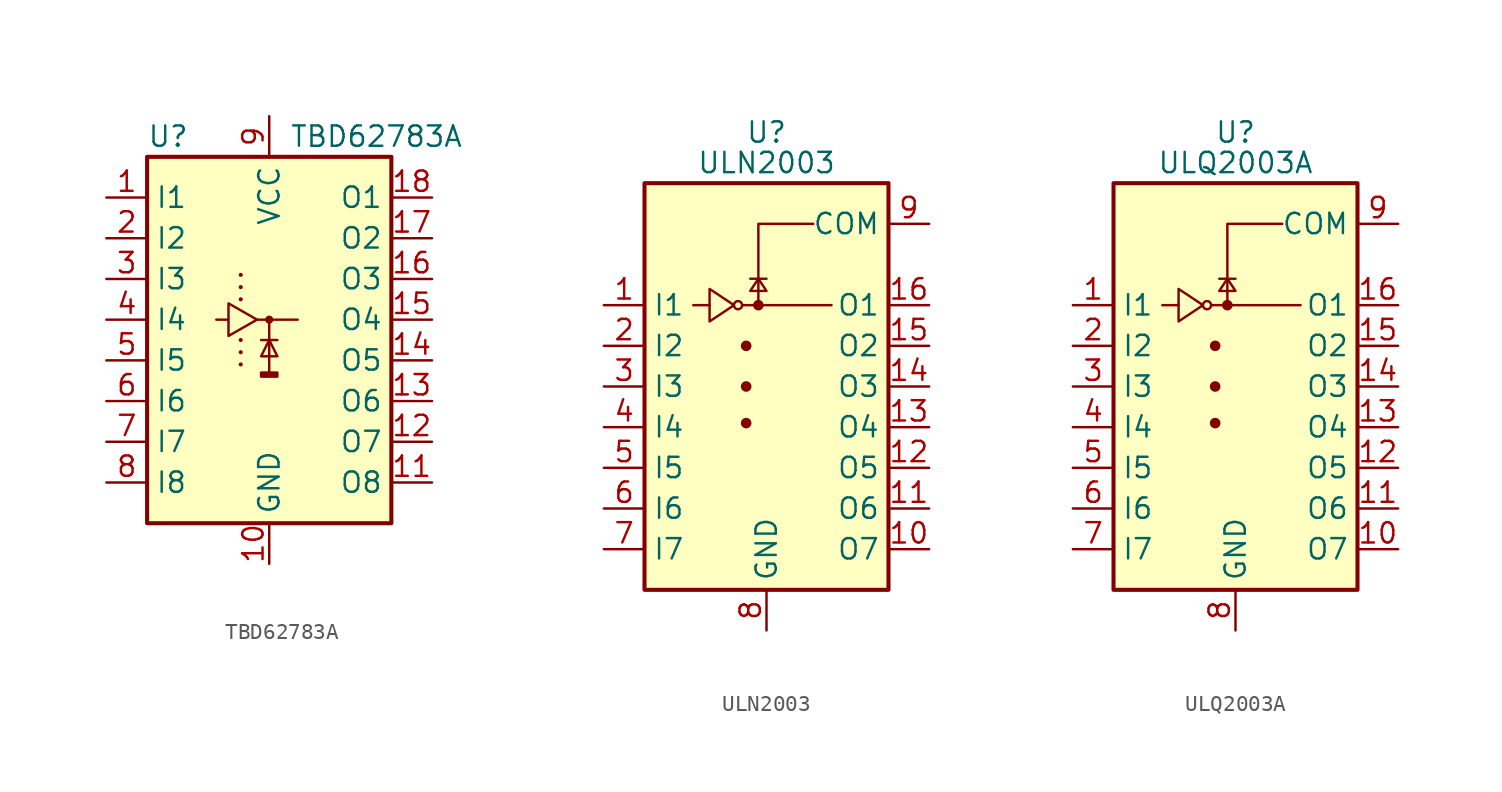
<source format=kicad_sym>
(kicad_symbol_lib
  (version 20241209)
  (generator "kicad_symbol_editor")
  (generator_version "9.0")
  (symbol "TBD62783A"
    (property "Reference" "U"
      (at -7.62 11.43 0)
      (effects (font (size 1.27 1.27)) (justify left)))
    (property "Value" "TBD62783A"
      (at 1.27 11.43 0)
      (effects (font (size 1.27 1.27)) (justify left)))
    (symbol "TBD62783A_0_1"
      (rectangle (start -7.62 10.16) (end 7.62 -12.7) (stroke (width 0.254) (type default)) (fill (type background)))
      (polyline (pts (xy -3.302 0) (xy -2.54 0) (xy -2.54 1.016) (xy -0.762 0) (xy -2.54 -1.016) (xy -2.54 0)) (stroke (width 0) (type default)) (fill (type none)))
      (polyline (pts (xy -1.778 2.794) (xy -1.778 2.794)) (stroke (width 0.254) (type default)) (fill (type none)))
      (polyline (pts (xy -1.778 2.032) (xy -1.778 2.032)) (stroke (width 0.254) (type default)) (fill (type none)))
      (polyline (pts (xy -1.778 1.27) (xy -1.778 1.27)) (stroke (width 0.254) (type default)) (fill (type none)))
      (polyline (pts (xy -1.778 -1.27) (xy -1.778 -1.27)) (stroke (width 0.254) (type default)) (fill (type none)))
      (polyline (pts (xy -1.778 -2.032) (xy -1.778 -2.032)) (stroke (width 0.254) (type default)) (fill (type none)))
      (polyline (pts (xy -1.778 -2.794) (xy -1.778 -2.794)) (stroke (width 0.254) (type default)) (fill (type none)))
      (polyline (pts (xy -0.762 0) (xy 1.778 0)) (stroke (width 0) (type default)) (fill (type none)))
      (polyline (pts (xy -0.508 -1.27) (xy 0.508 -1.27)) (stroke (width 0) (type default)) (fill (type none)))
      (rectangle (start -0.508 -3.302) (end 0.508 -3.556) (stroke (width 0) (type default)) (fill (type outline)))
      (polyline (pts (xy 0 0) (xy 0 0)) (stroke (width 0.508) (type default)) (fill (type none)))
      (polyline (pts (xy 0 0) (xy 0 -3.302)) (stroke (width 0) (type default)) (fill (type none)))
      (polyline (pts (xy 0 -1.27) (xy -0.508 -2.286) (xy 0.508 -2.286) (xy 0 -1.27)) (stroke (width 0) (type default)) (fill (type none))))
    (symbol "TBD62783A_1_1"
      (pin input line (at -10.16 7.62 0) (length 2.54) (name "I1" (effects (font (size 1.27 1.27)))) (number "1" (effects (font (size 1.27 1.27)))))
      (pin input line (at -10.16 5.08 0) (length 2.54) (name "I2" (effects (font (size 1.27 1.27)))) (number "2" (effects (font (size 1.27 1.27)))))
      (pin input line (at -10.16 2.54 0) (length 2.54) (name "I3" (effects (font (size 1.27 1.27)))) (number "3" (effects (font (size 1.27 1.27)))))
      (pin input line (at -10.16 0 0) (length 2.54) (name "I4" (effects (font (size 1.27 1.27)))) (number "4" (effects (font (size 1.27 1.27)))))
      (pin input line (at -10.16 -2.54 0) (length 2.54) (name "I5" (effects (font (size 1.27 1.27)))) (number "5" (effects (font (size 1.27 1.27)))))
      (pin input line (at -10.16 -5.08 0) (length 2.54) (name "I6" (effects (font (size 1.27 1.27)))) (number "6" (effects (font (size 1.27 1.27)))))
      (pin input line (at -10.16 -7.62 0) (length 2.54) (name "I7" (effects (font (size 1.27 1.27)))) (number "7" (effects (font (size 1.27 1.27)))))
      (pin input line (at -10.16 -10.16 0) (length 2.54) (name "I8" (effects (font (size 1.27 1.27)))) (number "8" (effects (font (size 1.27 1.27)))))
      (pin power_in line (at 0 12.7 270) (length 2.54) (name "VCC" (effects (font (size 1.27 1.27)))) (number "9" (effects (font (size 1.27 1.27)))))
      (pin power_in line (at 0 -15.24 90) (length 2.54) (name "GND" (effects (font (size 1.27 1.27)))) (number "10" (effects (font (size 1.27 1.27)))))
      (pin open_emitter line (at 10.16 7.62 180) (length 2.54) (name "O1" (effects (font (size 1.27 1.27)))) (number "18" (effects (font (size 1.27 1.27)))))
      (pin open_emitter line (at 10.16 5.08 180) (length 2.54) (name "O2" (effects (font (size 1.27 1.27)))) (number "17" (effects (font (size 1.27 1.27)))))
      (pin open_emitter line (at 10.16 2.54 180) (length 2.54) (name "O3" (effects (font (size 1.27 1.27)))) (number "16" (effects (font (size 1.27 1.27)))))
      (pin open_emitter line (at 10.16 0 180) (length 2.54) (name "O4" (effects (font (size 1.27 1.27)))) (number "15" (effects (font (size 1.27 1.27)))))
      (pin open_emitter line (at 10.16 -2.54 180) (length 2.54) (name "O5" (effects (font (size 1.27 1.27)))) (number "14" (effects (font (size 1.27 1.27)))))
      (pin open_emitter line (at 10.16 -5.08 180) (length 2.54) (name "O6" (effects (font (size 1.27 1.27)))) (number "13" (effects (font (size 1.27 1.27)))))
      (pin open_emitter line (at 10.16 -7.62 180) (length 2.54) (name "O7" (effects (font (size 1.27 1.27)))) (number "12" (effects (font (size 1.27 1.27)))))
      (pin open_emitter line (at 10.16 -10.16 180) (length 2.54) (name "O8" (effects (font (size 1.27 1.27)))) (number "11" (effects (font (size 1.27 1.27)))))))
  (symbol "ULN2003"
    (property "Reference" "U"
      (at 0 15.875 0)
      (effects (font (size 1.27 1.27))))
    (property "Value" "ULN2003"
      (at 0 13.97 0)
      (effects (font (size 1.27 1.27))))
    (symbol "ULN2003_0_1"
      (rectangle (start -7.62 -12.7) (end 7.62 12.7) (stroke (width 0.254) (type default)) (fill (type background)))
      (polyline (pts (xy -4.572 5.08) (xy -3.556 5.08)) (stroke (width 0) (type default)) (fill (type none)))
      (polyline (pts (xy -3.556 6.096) (xy -3.556 4.064) (xy -2.032 5.08) (xy -3.556 6.096)) (stroke (width 0) (type default)) (fill (type none)))
      (circle (center -1.778 5.08) (radius 0.254) (stroke (width 0) (type default)) (fill (type none)))
      (polyline (pts (xy -1.524 5.08) (xy 4.064 5.08)) (stroke (width 0) (type default)) (fill (type none)))
      (circle (center -1.27 2.54) (radius 0.254) (stroke (width 0) (type default)) (fill (type outline)))
      (circle (center -1.27 0) (radius 0.254) (stroke (width 0) (type default)) (fill (type outline)))
      (circle (center -1.27 -2.286) (radius 0.254) (stroke (width 0) (type default)) (fill (type outline)))
      (circle (center -0.508 5.08) (radius 0.254) (stroke (width 0) (type default)) (fill (type outline)))
      (polyline (pts (xy -0.508 5.08) (xy -0.508 10.16) (xy 2.921 10.16)) (stroke (width 0) (type default)) (fill (type none)))
      (polyline (pts (xy 0 6.731) (xy -1.016 6.731)) (stroke (width 0) (type default)) (fill (type none)))
      (polyline (pts (xy 0 5.969) (xy -1.016 5.969) (xy -0.508 6.731) (xy 0 5.969)) (stroke (width 0) (type default)) (fill (type none))))
    (symbol "ULN2003_1_1"
      (pin input line (at -10.16 5.08 0) (length 2.54) (name "I1" (effects (font (size 1.27 1.27)))) (number "1" (effects (font (size 1.27 1.27)))))
      (pin input line (at -10.16 2.54 0) (length 2.54) (name "I2" (effects (font (size 1.27 1.27)))) (number "2" (effects (font (size 1.27 1.27)))))
      (pin input line (at -10.16 0 0) (length 2.54) (name "I3" (effects (font (size 1.27 1.27)))) (number "3" (effects (font (size 1.27 1.27)))))
      (pin input line (at -10.16 -2.54 0) (length 2.54) (name "I4" (effects (font (size 1.27 1.27)))) (number "4" (effects (font (size 1.27 1.27)))))
      (pin input line (at -10.16 -5.08 0) (length 2.54) (name "I5" (effects (font (size 1.27 1.27)))) (number "5" (effects (font (size 1.27 1.27)))))
      (pin input line (at -10.16 -7.62 0) (length 2.54) (name "I6" (effects (font (size 1.27 1.27)))) (number "6" (effects (font (size 1.27 1.27)))))
      (pin input line (at -10.16 -10.16 0) (length 2.54) (name "I7" (effects (font (size 1.27 1.27)))) (number "7" (effects (font (size 1.27 1.27)))))
      (pin power_in line (at 0 -15.24 90) (length 2.54) (name "GND" (effects (font (size 1.27 1.27)))) (number "8" (effects (font (size 1.27 1.27)))))
      (pin passive line (at 10.16 10.16 180) (length 2.54) (name "COM" (effects (font (size 1.27 1.27)))) (number "9" (effects (font (size 1.27 1.27)))))
      (pin open_collector line (at 10.16 5.08 180) (length 2.54) (name "O1" (effects (font (size 1.27 1.27)))) (number "16" (effects (font (size 1.27 1.27)))))
      (pin open_collector line (at 10.16 2.54 180) (length 2.54) (name "O2" (effects (font (size 1.27 1.27)))) (number "15" (effects (font (size 1.27 1.27)))))
      (pin open_collector line (at 10.16 0 180) (length 2.54) (name "O3" (effects (font (size 1.27 1.27)))) (number "14" (effects (font (size 1.27 1.27)))))
      (pin open_collector line (at 10.16 -2.54 180) (length 2.54) (name "O4" (effects (font (size 1.27 1.27)))) (number "13" (effects (font (size 1.27 1.27)))))
      (pin open_collector line (at 10.16 -5.08 180) (length 2.54) (name "O5" (effects (font (size 1.27 1.27)))) (number "12" (effects (font (size 1.27 1.27)))))
      (pin open_collector line (at 10.16 -7.62 180) (length 2.54) (name "O6" (effects (font (size 1.27 1.27)))) (number "11" (effects (font (size 1.27 1.27)))))
      (pin open_collector line (at 10.16 -10.16 180) (length 2.54) (name "O7" (effects (font (size 1.27 1.27)))) (number "10" (effects (font (size 1.27 1.27)))))))
  (symbol "ULQ2003A"
    (property "Reference" "U"
      (at 0 15.875 0)
      (effects (font (size 1.27 1.27))))
    (property "Value" "ULQ2003A"
      (at 0 13.97 0)
      (effects (font (size 1.27 1.27))))
    (symbol "ULQ2003A_0_1"
      (rectangle (start -7.62 -12.7) (end 7.62 12.7) (stroke (width 0.254) (type default)) (fill (type background)))
      (polyline (pts (xy -4.572 5.08) (xy -3.556 5.08)) (stroke (width 0) (type default)) (fill (type none)))
      (polyline (pts (xy -3.556 6.096) (xy -3.556 4.064) (xy -2.032 5.08) (xy -3.556 6.096)) (stroke (width 0) (type default)) (fill (type none)))
      (circle (center -1.778 5.08) (radius 0.254) (stroke (width 0) (type default)) (fill (type none)))
      (polyline (pts (xy -1.524 5.08) (xy 4.064 5.08)) (stroke (width 0) (type default)) (fill (type none)))
      (circle (center -1.27 2.54) (radius 0.254) (stroke (width 0) (type default)) (fill (type outline)))
      (circle (center -1.27 0) (radius 0.254) (stroke (width 0) (type default)) (fill (type outline)))
      (circle (center -1.27 -2.286) (radius 0.254) (stroke (width 0) (type default)) (fill (type outline)))
      (circle (center -0.508 5.08) (radius 0.254) (stroke (width 0) (type default)) (fill (type outline)))
      (polyline (pts (xy -0.508 5.08) (xy -0.508 10.16) (xy 2.921 10.16)) (stroke (width 0) (type default)) (fill (type none)))
      (polyline (pts (xy 0 6.731) (xy -1.016 6.731)) (stroke (width 0) (type default)) (fill (type none)))
      (polyline (pts (xy 0 5.969) (xy -1.016 5.969) (xy -0.508 6.731) (xy 0 5.969)) (stroke (width 0) (type default)) (fill (type none))))
    (symbol "ULQ2003A_1_1"
      (pin input line (at -10.16 5.08 0) (length 2.54) (name "I1" (effects (font (size 1.27 1.27)))) (number "1" (effects (font (size 1.27 1.27)))))
      (pin input line (at -10.16 2.54 0) (length 2.54) (name "I2" (effects (font (size 1.27 1.27)))) (number "2" (effects (font (size 1.27 1.27)))))
      (pin input line (at -10.16 0 0) (length 2.54) (name "I3" (effects (font (size 1.27 1.27)))) (number "3" (effects (font (size 1.27 1.27)))))
      (pin input line (at -10.16 -2.54 0) (length 2.54) (name "I4" (effects (font (size 1.27 1.27)))) (number "4" (effects (font (size 1.27 1.27)))))
      (pin input line (at -10.16 -5.08 0) (length 2.54) (name "I5" (effects (font (size 1.27 1.27)))) (number "5" (effects (font (size 1.27 1.27)))))
      (pin input line (at -10.16 -7.62 0) (length 2.54) (name "I6" (effects (font (size 1.27 1.27)))) (number "6" (effects (font (size 1.27 1.27)))))
      (pin input line (at -10.16 -10.16 0) (length 2.54) (name "I7" (effects (font (size 1.27 1.27)))) (number "7" (effects (font (size 1.27 1.27)))))
      (pin power_in line (at 0 -15.24 90) (length 2.54) (name "GND" (effects (font (size 1.27 1.27)))) (number "8" (effects (font (size 1.27 1.27)))))
      (pin passive line (at 10.16 10.16 180) (length 2.54) (name "COM" (effects (font (size 1.27 1.27)))) (number "9" (effects (font (size 1.27 1.27)))))
      (pin open_collector line (at 10.16 5.08 180) (length 2.54) (name "O1" (effects (font (size 1.27 1.27)))) (number "16" (effects (font (size 1.27 1.27)))))
      (pin open_collector line (at 10.16 2.54 180) (length 2.54) (name "O2" (effects (font (size 1.27 1.27)))) (number "15" (effects (font (size 1.27 1.27)))))
      (pin open_collector line (at 10.16 0 180) (length 2.54) (name "O3" (effects (font (size 1.27 1.27)))) (number "14" (effects (font (size 1.27 1.27)))))
      (pin open_collector line (at 10.16 -2.54 180) (length 2.54) (name "O4" (effects (font (size 1.27 1.27)))) (number "13" (effects (font (size 1.27 1.27)))))
      (pin open_collector line (at 10.16 -5.08 180) (length 2.54) (name "O5" (effects (font (size 1.27 1.27)))) (number "12" (effects (font (size 1.27 1.27)))))
      (pin open_collector line (at 10.16 -7.62 180) (length 2.54) (name "O6" (effects (font (size 1.27 1.27)))) (number "11" (effects (font (size 1.27 1.27)))))
      (pin open_collector line (at 10.16 -10.16 180) (length 2.54) (name "O7" (effects (font (size 1.27 1.27)))) (number "10" (effects (font (size 1.27 1.27))))))))
</source>
